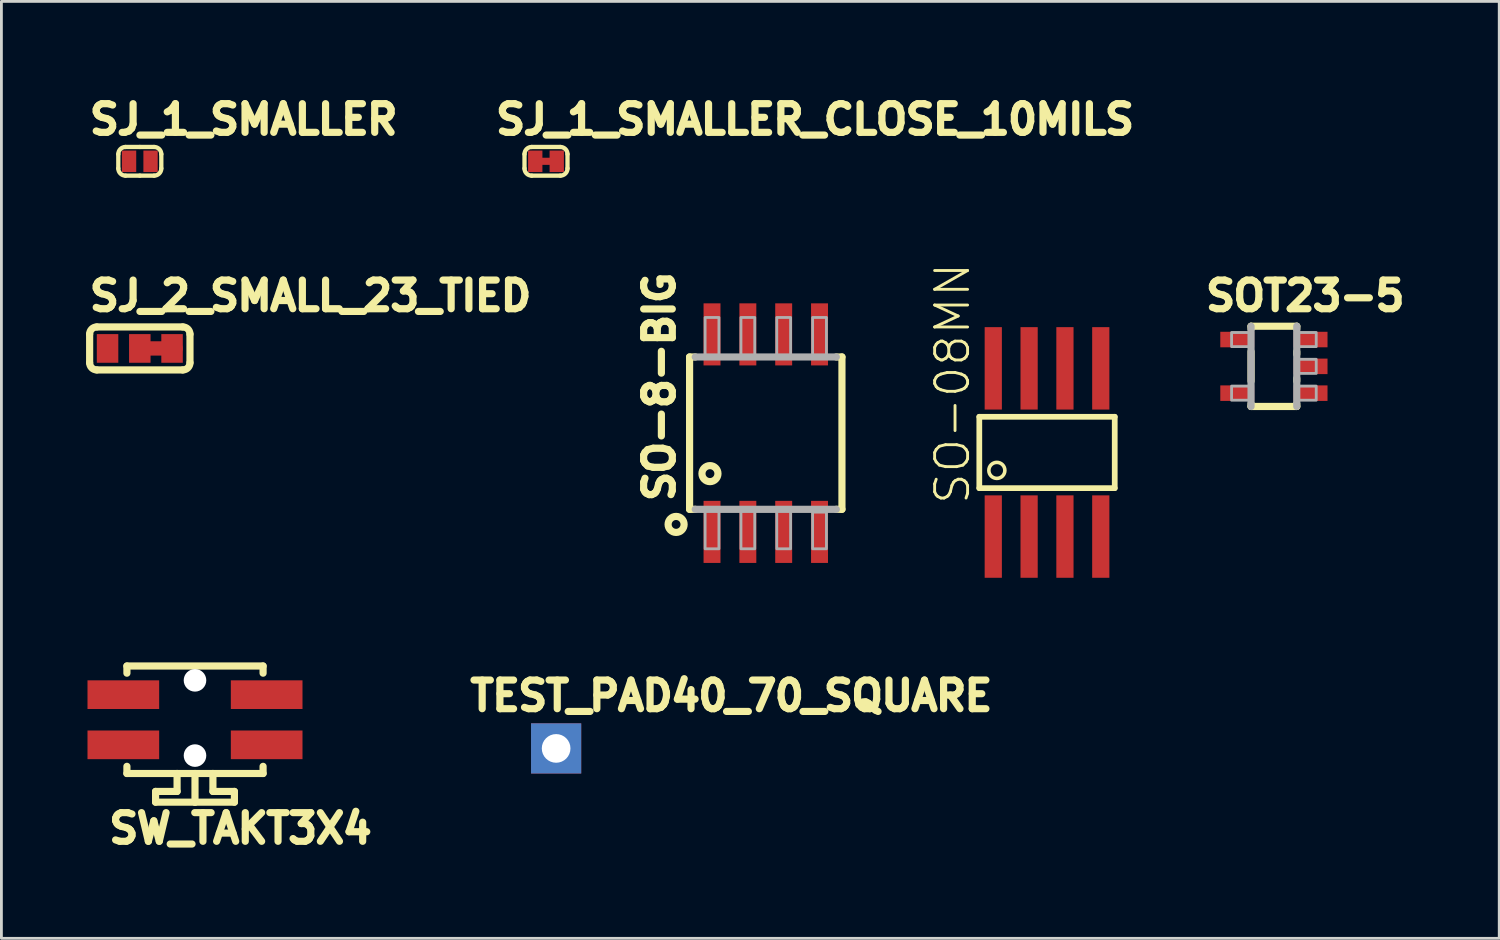
<source format=kicad_pcb>
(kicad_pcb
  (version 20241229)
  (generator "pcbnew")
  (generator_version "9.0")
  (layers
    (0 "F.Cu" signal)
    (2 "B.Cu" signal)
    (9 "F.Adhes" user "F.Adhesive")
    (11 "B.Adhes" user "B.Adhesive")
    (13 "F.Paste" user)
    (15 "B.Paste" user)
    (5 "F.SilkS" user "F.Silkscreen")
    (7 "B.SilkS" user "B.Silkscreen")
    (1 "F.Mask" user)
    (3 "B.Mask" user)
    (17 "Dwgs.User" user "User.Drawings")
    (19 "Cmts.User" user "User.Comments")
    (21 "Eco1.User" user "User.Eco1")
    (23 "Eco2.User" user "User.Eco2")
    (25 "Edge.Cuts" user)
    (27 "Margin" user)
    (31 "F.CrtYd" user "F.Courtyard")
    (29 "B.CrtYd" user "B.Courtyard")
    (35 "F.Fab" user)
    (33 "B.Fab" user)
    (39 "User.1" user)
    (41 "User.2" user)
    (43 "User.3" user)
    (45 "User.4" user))
  (footprint "SO-8-BIG"
    (layer "F.Cu")
    (at 24.09 12.301)
    (property "Reference" "SO-8-BIG" (at -3.175 2.54 90) (layer "F.SilkS") (effects (font (size 1.016 1.016) (thickness 0.254)) (justify left bottom)))
    (fp_line (start -2.7 -2.7) (end -2.5 -2.7) (stroke (width 0.254) (type solid)) (layer "F.SilkS"))
    (fp_line (start -2.7 2.7) (end -2.7 -2.7) (stroke (width 0.254) (type solid)) (layer "F.SilkS"))
    (fp_line (start -2.7 2.7) (end -2.5 2.7) (stroke (width 0.254) (type solid)) (layer "F.SilkS"))
    (fp_line (start 2.7 -2.7) (end 2.5 -2.7) (stroke (width 0.254) (type solid)) (layer "F.SilkS"))
    (fp_line (start 2.7 -2.7) (end 2.7 2.7) (stroke (width 0.254) (type solid)) (layer "F.SilkS"))
    (fp_line (start 2.7 2.7) (end 2.5 2.7) (stroke (width 0.254) (type solid)) (layer "F.SilkS"))
    (fp_circle (center -3.178 3.235) (end -2.894 3.235) (stroke (width 0.254) (type solid)) (fill no) (layer "F.SilkS"))
    (fp_circle (center -1.978 1.435) (end -1.694 1.435) (stroke (width 0.254) (type solid)) (fill no) (layer "F.SilkS"))
    (fp_line (start -2.5 -2.7) (end 2.5 -2.7) (stroke (width 0.254) (type solid)) (layer "F.Fab"))
    (fp_line (start 2.5 2.7) (end -2.5 2.7) (stroke (width 0.254) (type solid)) (layer "F.Fab"))
    (fp_poly (pts (xy -2.15 -2.7) (xy -1.66 -2.7) (xy -1.66 -4.1) (xy -2.15 -4.1)) (stroke (width 0.1) (type solid)) (fill no) (layer "F.Fab"))
    (fp_poly (pts (xy -2.15 4.1) (xy -1.66 4.1) (xy -1.66 2.7) (xy -2.15 2.7)) (stroke (width 0.1) (type solid)) (fill no) (layer "F.Fab"))
    (fp_poly (pts (xy -0.88 -2.7) (xy -0.39 -2.7) (xy -0.39 -4.1) (xy -0.88 -4.1)) (stroke (width 0.1) (type solid)) (fill no) (layer "F.Fab"))
    (fp_poly (pts (xy -0.88 4.1) (xy -0.39 4.1) (xy -0.39 2.7) (xy -0.88 2.7)) (stroke (width 0.1) (type solid)) (fill no) (layer "F.Fab"))
    (fp_poly (pts (xy 0.39 -2.7) (xy 0.88 -2.7) (xy 0.88 -4.1) (xy 0.39 -4.1)) (stroke (width 0.1) (type solid)) (fill no) (layer "F.Fab"))
    (fp_poly (pts (xy 0.39 4.1) (xy 0.88 4.1) (xy 0.88 2.7) (xy 0.39 2.7)) (stroke (width 0.1) (type solid)) (fill no) (layer "F.Fab"))
    (fp_poly (pts (xy 1.66 -2.7) (xy 2.15 -2.7) (xy 2.15 -4.1) (xy 1.66 -4.1)) (stroke (width 0.1) (type solid)) (fill no) (layer "F.Fab"))
    (fp_poly (pts (xy 1.66 4.1) (xy 2.15 4.1) (xy 2.15 2.8) (xy 1.66 2.8)) (stroke (width 0.1) (type solid)) (fill no) (layer "F.Fab"))
    (pad "1" smd rect (at -1.905 3.5) (size 0.6 2.2) (layers "F.Cu" "F.Mask" "F.Paste"))
    (pad "2" smd rect (at -0.635 3.5) (size 0.6 2.2) (layers "F.Cu" "F.Mask" "F.Paste"))
    (pad "3" smd rect (at 0.635 3.5) (size 0.6 2.2) (layers "F.Cu" "F.Mask" "F.Paste"))
    (pad "4" smd rect (at 1.905 3.5) (size 0.6 2.2) (layers "F.Cu" "F.Mask" "F.Paste"))
    (pad "5" smd rect (at 1.905 -3.5) (size 0.6 2.2) (layers "F.Cu" "F.Mask" "F.Paste"))
    (pad "6" smd rect (at 0.635 -3.5) (size 0.6 2.2) (layers "F.Cu" "F.Mask" "F.Paste"))
    (pad "7" smd rect (at -0.635 -3.5) (size 0.6 2.2) (layers "F.Cu" "F.Mask" "F.Paste"))
    (pad "8" smd rect (at -1.905 -3.5) (size 0.6 2.2) (layers "F.Cu" "F.Mask" "F.Paste")))
  (footprint "SJ_1_SMALLER"
    (layer "F.Cu")
    (at 1.905 2.667)
    (property "Reference" "SJ_1_SMALLER" (at -1.905 -0.889 0) (layer "F.SilkS") (effects (font (size 1.016 1.016) (thickness 0.254)) (justify left bottom)))
    (fp_line (start -0.762 0.254) (end -0.762 -0.254) (stroke (width 0.152) (type solid)) (layer "F.SilkS"))
    (fp_line (start -0.508 -0.508) (end 0 -0.508) (stroke (width 0.152) (type solid)) (layer "F.SilkS"))
    (fp_line (start 0 -0.508) (end 0.508 -0.508) (stroke (width 0.152) (type solid)) (layer "F.SilkS"))
    (fp_line (start 0 0.508) (end -0.508 0.508) (stroke (width 0.152) (type solid)) (layer "F.SilkS"))
    (fp_line (start 0.508 0.508) (end 0 0.508) (stroke (width 0.152) (type solid)) (layer "F.SilkS"))
    (fp_line (start 0.762 0.254) (end 0.762 -0.254) (stroke (width 0.152) (type solid)) (layer "F.SilkS"))
    (fp_arc (start -0.762 -0.254) (mid -0.687604 -0.433605) (end -0.507999 -0.507999) (stroke (width 0.1524) (type solid)) (layer "F.SilkS"))
    (fp_arc (start -0.507999 0.507999) (mid -0.687604 0.433605) (end -0.762 0.254) (stroke (width 0.1524) (type solid)) (layer "F.SilkS"))
    (fp_arc (start 0.508 -0.508) (mid 0.687606 -0.433605) (end 0.762001 -0.253999) (stroke (width 0.1524) (type solid)) (layer "F.SilkS"))
    (fp_arc (start 0.762001 0.253999) (mid 0.687606 0.433605) (end 0.508 0.508) (stroke (width 0.1524) (type solid)) (layer "F.SilkS"))
    (pad "1" smd rect (at -0.381 0) (size 0.508 0.762) (layers "F.Cu" "F.Mask"))
    (pad "2" smd rect (at 0.381 0) (size 0.508 0.762) (layers "F.Cu" "F.Mask")))
  (footprint "SJ_1_SMALLER_CLOSE_10MILS"
    (layer "F.Cu")
    (at 16.301 2.667)
    (property "Reference" "SJ_1_SMALLER_CLOSE_10MILS" (at -1.905 -0.889 0) (layer "F.SilkS") (effects (font (size 1.016 1.016) (thickness 0.254)) (justify left bottom)))
    (fp_line (start -0.381 0) (end 0.381 0) (stroke (width 0.254) (type solid)) (layer "F.Cu"))
    (fp_line (start -0.762 0.254) (end -0.762 -0.254) (stroke (width 0.152) (type solid)) (layer "F.SilkS"))
    (fp_line (start -0.508 -0.508) (end 0.508 -0.508) (stroke (width 0.152) (type solid)) (layer "F.SilkS"))
    (fp_line (start 0.508 0.508) (end -0.508 0.508) (stroke (width 0.152) (type solid)) (layer "F.SilkS"))
    (fp_line (start 0.762 0.254) (end 0.762 -0.254) (stroke (width 0.152) (type solid)) (layer "F.SilkS"))
    (fp_arc (start -0.762 -0.254) (mid -0.687604 -0.433605) (end -0.507999 -0.507999) (stroke (width 0.1524) (type solid)) (layer "F.SilkS"))
    (fp_arc (start -0.507999 0.507999) (mid -0.687604 0.433605) (end -0.762 0.254) (stroke (width 0.1524) (type solid)) (layer "F.SilkS"))
    (fp_arc (start 0.508 -0.508) (mid 0.687606 -0.433605) (end 0.762001 -0.253999) (stroke (width 0.1524) (type solid)) (layer "F.SilkS"))
    (fp_arc (start 0.762001 0.253999) (mid 0.687606 0.433605) (end 0.508 0.508) (stroke (width 0.1524) (type solid)) (layer "F.SilkS"))
    (pad "1" smd rect (at -0.381 0) (size 0.508 0.762) (layers "F.Cu" "F.Mask"))
    (pad "2" smd rect (at 0.381 0) (size 0.508 0.762) (layers "F.Cu" "F.Mask")))
  (footprint "SJ_2_SMALL_23_TIED"
    (layer "F.Cu")
    (at 1.905 9.299)
    (property "Reference" "SJ_2_SMALL_23_TIED" (at -1.905 -1.27 0) (layer "F.SilkS") (effects (font (size 1.016 1.016) (thickness 0.254)) (justify left bottom)))
    (fp_line (start 0 0) (end 1.27 0) (stroke (width 0.508) (type solid)) (layer "F.Cu"))
    (fp_line (start -0.572 -0.487) (end -0.572 0.487) (stroke (width 0.254) (type solid)) (layer "F.Mask"))
    (fp_line (start 0.572 -0.487) (end 0.572 0.487) (stroke (width 0.254) (type solid)) (layer "F.Mask"))
    (fp_line (start -1.778 0.508) (end -1.778 -0.508) (stroke (width 0.254) (type solid)) (layer "F.SilkS"))
    (fp_line (start -1.524 -0.762) (end 1.524 -0.762) (stroke (width 0.254) (type solid)) (layer "F.SilkS"))
    (fp_line (start 1.524 0.762) (end -1.524 0.762) (stroke (width 0.254) (type solid)) (layer "F.SilkS"))
    (fp_line (start 1.778 0.508) (end 1.778 -0.508) (stroke (width 0.254) (type solid)) (layer "F.SilkS"))
    (fp_arc (start -1.778 -0.508) (mid -1.703605 -0.687605) (end -1.524 -0.762) (stroke (width 0.254) (type solid)) (layer "F.SilkS"))
    (fp_arc (start -1.524 0.762) (mid -1.703605 0.687605) (end -1.778 0.508) (stroke (width 0.254) (type solid)) (layer "F.SilkS"))
    (fp_arc (start 1.524 -0.762) (mid 1.703605 -0.687605) (end 1.778 -0.508) (stroke (width 0.254) (type solid)) (layer "F.SilkS"))
    (fp_arc (start 1.778 0.508) (mid 1.703605 0.687605) (end 1.524 0.762) (stroke (width 0.254) (type solid)) (layer "F.SilkS"))
    (pad "1" smd rect (at -1.143 0) (size 0.762 1.016) (layers "F.Cu" "F.Mask"))
    (pad "2" smd rect (at 0 0) (size 0.762 1.016) (layers "F.Cu" "F.Mask"))
    (pad "3" smd rect (at 1.143 0) (size 0.762 1.016) (layers "F.Cu" "F.Mask")))
  (footprint "SOT23-5"
    (layer "F.Cu")
    (at 42.099 9.934)
    (property "Reference" "SOT23-5" (at -2.54 -1.905 0) (layer "F.SilkS") (effects (font (size 1.016 1.016) (thickness 0.254)) (justify left bottom)))
    (fp_line (start -0.81 -1.422) (end 0.81 -1.422) (stroke (width 0.254) (type solid)) (layer "F.SilkS"))
    (fp_line (start -0.81 -1.328) (end -0.81 -1.422) (stroke (width 0.254) (type solid)) (layer "F.SilkS"))
    (fp_line (start -0.81 0.522) (end -0.81 -0.522) (stroke (width 0.254) (type solid)) (layer "F.SilkS"))
    (fp_line (start -0.81 1.422) (end -0.81 1.328) (stroke (width 0.254) (type solid)) (layer "F.SilkS"))
    (fp_line (start 0.81 -1.422) (end 0.81 -1.328) (stroke (width 0.254) (type solid)) (layer "F.SilkS"))
    (fp_line (start 0.81 -0.522) (end 0.81 -0.428) (stroke (width 0.254) (type solid)) (layer "F.SilkS"))
    (fp_line (start 0.81 0.428) (end 0.81 0.522) (stroke (width 0.254) (type solid)) (layer "F.SilkS"))
    (fp_line (start 0.81 1.328) (end 0.81 1.422) (stroke (width 0.254) (type solid)) (layer "F.SilkS"))
    (fp_line (start 0.81 1.422) (end -0.81 1.422) (stroke (width 0.254) (type solid)) (layer "F.SilkS"))
    (fp_line (start -0.81 1.422) (end -0.81 -1.422) (stroke (width 0.254) (type solid)) (layer "F.Fab"))
    (fp_line (start 0.81 -1.422) (end 0.81 1.422) (stroke (width 0.254) (type solid)) (layer "F.Fab"))
    (fp_poly (pts (xy -0.85 -0.7) (xy -0.85 -1.2) (xy -1.5 -1.2) (xy -1.5 -0.7)) (stroke (width 0.1) (type solid)) (fill no) (layer "F.Fab"))
    (fp_poly (pts (xy -0.85 1.2) (xy -0.85 0.7) (xy -1.5 0.7) (xy -1.5 1.2)) (stroke (width 0.1) (type solid)) (fill no) (layer "F.Fab"))
    (fp_poly (pts (xy 1.5 -0.7) (xy 1.5 -1.2) (xy 0.85 -1.2) (xy 0.85 -0.7)) (stroke (width 0.1) (type solid)) (fill no) (layer "F.Fab"))
    (fp_poly (pts (xy 1.5 0.25) (xy 1.5 -0.25) (xy 0.85 -0.25) (xy 0.85 0.25)) (stroke (width 0.1) (type solid)) (fill no) (layer "F.Fab"))
    (fp_poly (pts (xy 1.5 1.2) (xy 1.5 0.7) (xy 0.85 0.7) (xy 0.85 1.2)) (stroke (width 0.1) (type solid)) (fill no) (layer "F.Fab"))
    (pad "1" smd rect (at 1.3 0.95 90) (size 0.55 1.2) (layers "F.Cu" "F.Mask" "F.Paste"))
    (pad "2" smd rect (at 1.3 0 90) (size 0.55 1.2) (layers "F.Cu" "F.Mask" "F.Paste"))
    (pad "3" smd rect (at 1.3 -0.95 90) (size 0.55 1.2) (layers "F.Cu" "F.Mask" "F.Paste"))
    (pad "4" smd rect (at -1.3 -0.95 90) (size 0.55 1.2) (layers "F.Cu" "F.Mask" "F.Paste"))
    (pad "5" smd rect (at -1.3 0.95 90) (size 0.55 1.2) (layers "F.Cu" "F.Mask" "F.Paste")))
  (footprint "TEST_PAD40_70_SQUARE"
    (layer "F.Cu")
    (at 16.66 23.475)
    (property "Reference" "TEST_PAD40_70_SQUARE" (at -3.175 -1.27 0) (layer "F.SilkS") (effects (font (size 1.016 1.016) (thickness 0.254)) (justify left bottom)))
    (pad "P$1" thru_hole rect (at 0 0) (size 1.778 1.778) (drill 1.016) (layers "*.Cu" "*.Mask")))
  (footprint "SO-08MN"
    (layer "F.Cu")
    (at 34.058 12.986)
    (property "Reference" "SO-08MN" (at -2.667 1.905 90) (layer "F.SilkS") (effects (font (size 1.168 1.168) (thickness 0.102)) (justify left bottom)))
    (fp_line (start -2.4 -1.265) (end 2.4 -1.265) (stroke (width 0.203) (type solid)) (layer "F.SilkS"))
    (fp_line (start -2.4 1.265) (end -2.4 -1.265) (stroke (width 0.203) (type solid)) (layer "F.SilkS"))
    (fp_line (start 2.4 -1.265) (end 2.4 1.265) (stroke (width 0.203) (type solid)) (layer "F.SilkS"))
    (fp_line (start 2.4 1.265) (end -2.4 1.265) (stroke (width 0.203) (type solid)) (layer "F.SilkS"))
    (fp_circle (center -1.778 0.635) (end -1.494 0.635) (stroke (width 0.127) (type solid)) (fill no) (layer "F.SilkS"))
    (pad "1" smd rect (at -1.905 2.981) (size 0.61 2.921) (layers "F.Cu" "F.Mask" "F.Paste"))
    (pad "2" smd rect (at -0.635 2.981) (size 0.61 2.921) (layers "F.Cu" "F.Mask" "F.Paste"))
    (pad "3" smd rect (at 0.635 2.981) (size 0.61 2.921) (layers "F.Cu" "F.Mask" "F.Paste"))
    (pad "4" smd rect (at 1.905 2.981) (size 0.61 2.921) (layers "F.Cu" "F.Mask" "F.Paste"))
    (pad "5" smd rect (at 1.905 -2.981) (size 0.61 2.921) (layers "F.Cu" "F.Mask" "F.Paste"))
    (pad "6" smd rect (at 0.635 -2.981) (size 0.61 2.921) (layers "F.Cu" "F.Mask" "F.Paste"))
    (pad "7" smd rect (at -0.635 -2.981) (size 0.61 2.921) (layers "F.Cu" "F.Mask" "F.Paste"))
    (pad "8" smd rect (at -1.905 -2.981) (size 0.61 2.921) (layers "F.Cu" "F.Mask" "F.Paste")))
  (footprint "SW_TAKT3X4"
    (layer "F.Cu")
    (at 3.861 22.459)
    (property "Reference" "SW_TAKT3X4" (at -3.175 4.445 0) (layer "F.SilkS") (effects (font (size 1.016 1.016) (thickness 0.254)) (justify left bottom)))
    (fp_poly (pts (xy -3.861 -0.33) (xy -2.286 -0.33) (xy -2.286 -1.448) (xy -3.861 -1.448)) (stroke (width 0) (type solid)) (fill yes) (layer "F.Mask"))
    (fp_poly (pts (xy -3.861 1.448) (xy -2.286 1.448) (xy -2.286 0.33) (xy -3.861 0.33)) (stroke (width 0) (type solid)) (fill yes) (layer "F.Mask"))
    (fp_poly (pts (xy 2.286 -0.33) (xy 3.861 -0.33) (xy 3.861 -1.448) (xy 2.286 -1.448)) (stroke (width 0) (type solid)) (fill yes) (layer "F.Mask"))
    (fp_poly (pts (xy 2.286 1.448) (xy 3.861 1.448) (xy 3.861 0.33) (xy 2.286 0.33)) (stroke (width 0) (type solid)) (fill yes) (layer "F.Mask"))
    (fp_line (start -2.413 -1.905) (end -2.413 -1.651) (stroke (width 0.254) (type solid)) (layer "F.SilkS"))
    (fp_line (start -2.413 1.905) (end -2.413 1.651) (stroke (width 0.254) (type solid)) (layer "F.SilkS"))
    (fp_line (start -1.397 2.54) (end -0.635 2.54) (stroke (width 0.254) (type solid)) (layer "F.SilkS"))
    (fp_line (start -1.397 2.921) (end -1.397 2.54) (stroke (width 0.254) (type solid)) (layer "F.SilkS"))
    (fp_line (start -0.635 1.905) (end -2.413 1.905) (stroke (width 0.254) (type solid)) (layer "F.SilkS"))
    (fp_line (start -0.635 2.54) (end -0.635 1.905) (stroke (width 0.254) (type solid)) (layer "F.SilkS"))
    (fp_line (start 0 1.905) (end -0.635 1.905) (stroke (width 0.254) (type solid)) (layer "F.SilkS"))
    (fp_line (start 0 2.921) (end -1.397 2.921) (stroke (width 0.254) (type solid)) (layer "F.SilkS"))
    (fp_line (start 0 2.921) (end 0 1.905) (stroke (width 0.254) (type solid)) (layer "F.SilkS"))
    (fp_line (start 0.635 1.905) (end 0 1.905) (stroke (width 0.254) (type solid)) (layer "F.SilkS"))
    (fp_line (start 0.635 2.54) (end 0.635 1.905) (stroke (width 0.254) (type solid)) (layer "F.SilkS"))
    (fp_line (start 1.397 2.54) (end 0.635 2.54) (stroke (width 0.254) (type solid)) (layer "F.SilkS"))
    (fp_line (start 1.397 2.921) (end 0 2.921) (stroke (width 0.254) (type solid)) (layer "F.SilkS"))
    (fp_line (start 1.397 2.921) (end 1.397 2.54) (stroke (width 0.254) (type solid)) (layer "F.SilkS"))
    (fp_line (start 2.413 -1.905) (end -2.413 -1.905) (stroke (width 0.254) (type solid)) (layer "F.SilkS"))
    (fp_line (start 2.413 -1.905) (end 2.413 -1.651) (stroke (width 0.254) (type solid)) (layer "F.SilkS"))
    (fp_line (start 2.413 1.905) (end 0.635 1.905) (stroke (width 0.254) (type solid)) (layer "F.SilkS"))
    (fp_line (start 2.413 1.905) (end 2.413 1.651) (stroke (width 0.254) (type solid)) (layer "F.SilkS"))
    (fp_poly (pts (xy -3.81 -0.381) (xy -2.286 -0.381) (xy -2.286 -1.397) (xy -3.81 -1.397)) (stroke (width 0) (type solid)) (fill yes) (layer "F.Paste"))
    (fp_poly (pts (xy -3.81 1.397) (xy -2.286 1.397) (xy -2.286 0.381) (xy -3.81 0.381)) (stroke (width 0) (type solid)) (fill yes) (layer "F.Paste"))
    (fp_poly (pts (xy 2.286 -0.381) (xy 3.81 -0.381) (xy 3.81 -1.397) (xy 2.286 -1.397)) (stroke (width 0) (type solid)) (fill yes) (layer "F.Paste"))
    (fp_poly (pts (xy 2.286 1.397) (xy 3.81 1.397) (xy 3.81 0.381) (xy 2.286 0.381)) (stroke (width 0) (type solid)) (fill yes) (layer "F.Paste"))
    (pad "" np_thru_hole circle (at 0 -1.397) (size 0.8 0.8) (drill 0.8) (layers "*.Cu" "*.Mask"))
    (pad "" np_thru_hole circle (at 0 1.27) (size 0.8 0.8) (drill 0.8) (layers "*.Cu" "*.Mask"))
    (pad "1_1" smd rect (at 2.54 0.889 180) (size 2.54 1.016) (layers "F.Cu"))
    (pad "1_2" smd rect (at -2.54 0.889 180) (size 2.54 1.016) (layers "F.Cu"))
    (pad "2_1" smd rect (at 2.54 -0.889 180) (size 2.54 1.016) (layers "F.Cu"))
    (pad "2_2" smd rect (at -2.54 -0.889 180) (size 2.54 1.016) (layers "F.Cu")))
  (gr_rect
    (start -3 -3)
    (end 50.085 30.206)
    (stroke (width 0.1) (type default))
    (fill no)
    (layer "Edge.Cuts")))
</source>
